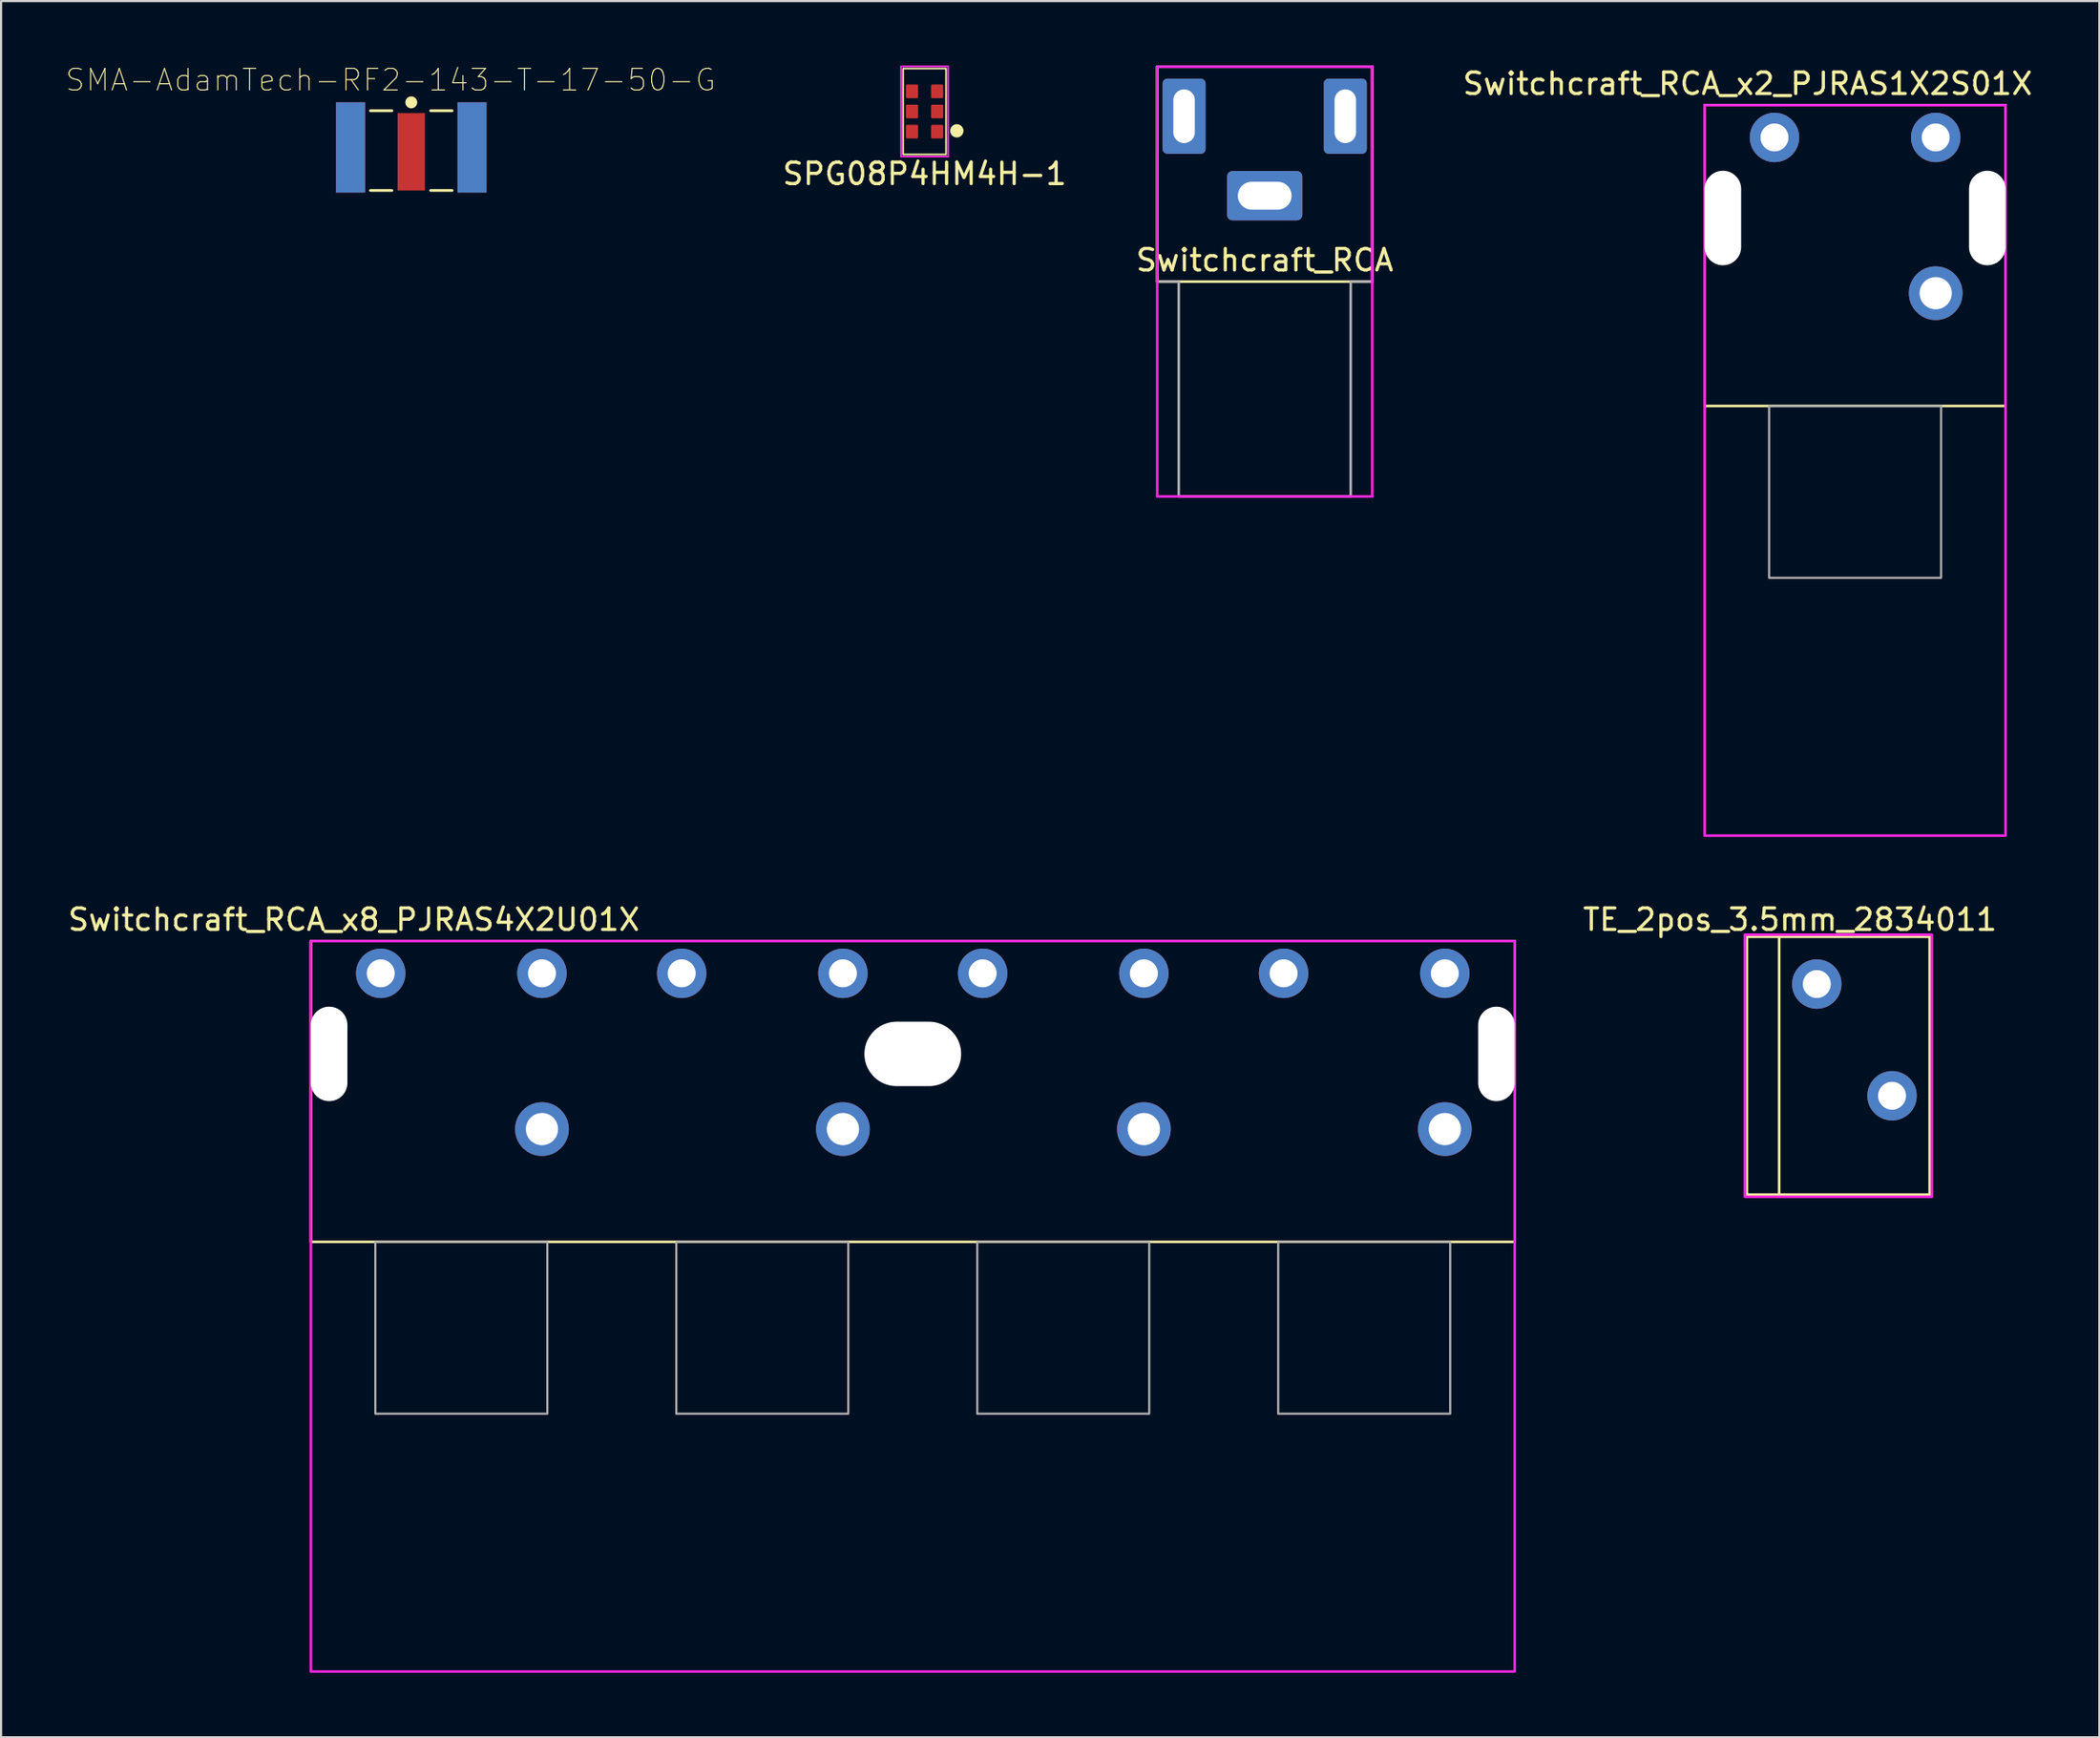
<source format=kicad_pcb>
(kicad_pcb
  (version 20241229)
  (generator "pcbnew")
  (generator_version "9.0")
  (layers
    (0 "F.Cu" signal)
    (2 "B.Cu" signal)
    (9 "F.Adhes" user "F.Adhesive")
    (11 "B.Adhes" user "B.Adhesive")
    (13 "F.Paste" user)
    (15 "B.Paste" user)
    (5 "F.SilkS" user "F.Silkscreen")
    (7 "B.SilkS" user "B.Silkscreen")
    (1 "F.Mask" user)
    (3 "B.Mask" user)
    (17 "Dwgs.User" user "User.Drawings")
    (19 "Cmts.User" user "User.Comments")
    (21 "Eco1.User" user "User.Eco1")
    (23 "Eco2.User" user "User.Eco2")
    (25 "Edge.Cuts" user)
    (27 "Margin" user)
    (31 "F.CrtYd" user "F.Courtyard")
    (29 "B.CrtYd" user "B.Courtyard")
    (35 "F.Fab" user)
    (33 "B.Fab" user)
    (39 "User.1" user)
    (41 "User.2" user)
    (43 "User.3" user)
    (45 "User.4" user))
  (footprint "SMA-AdamTech-RF2-143-T-17-50-G"
    (layer "F.Cu")
    (at 16.082 4.015)
    (property "Reference" "SMA-AdamTech-RF2-143-T-17-50-G" (at -0.962 -3.341 0) (layer "F.SilkS") (effects (font (size 1.002 1.002) (thickness 0.05))))
    (attr smd)
    (fp_line (start -1.9 -1.91) (end -0.9 -1.91) (stroke (width 0.127) (type solid)) (layer "F.SilkS"))
    (fp_line (start -1.9 1.8) (end -0.9 1.8) (stroke (width 0.127) (type solid)) (layer "F.SilkS"))
    (fp_line (start 0.9 -1.91) (end 1.9 -1.91) (stroke (width 0.127) (type solid)) (layer "F.SilkS"))
    (fp_line (start 0.9 1.8) (end 1.9 1.8) (stroke (width 0.127) (type solid)) (layer "F.SilkS"))
    (fp_circle (center 0 -2.3) (end 0.14 -2.3) (stroke (width 0.28) (type solid)) (fill no) (layer "F.SilkS"))
    (fp_line (start -3.75 -2.55) (end 3.75 -2.55) (stroke (width 0.05) (type solid)) (layer "Eco1.User"))
    (fp_line (start -3.75 2.15) (end -3.75 -2.55) (stroke (width 0.05) (type solid)) (layer "Eco1.User"))
    (fp_line (start -3.425 2.15) (end -3.75 2.15) (stroke (width 0.05) (type solid)) (layer "Eco1.User"))
    (fp_line (start -3.425 11.67) (end -3.425 2.15) (stroke (width 0.05) (type solid)) (layer "Eco1.User"))
    (fp_line (start 3.425 2.15) (end 3.425 11.67) (stroke (width 0.05) (type solid)) (layer "Eco1.User"))
    (fp_line (start 3.425 11.67) (end -3.425 11.67) (stroke (width 0.05) (type solid)) (layer "Eco1.User"))
    (fp_line (start 3.75 -2.55) (end 3.75 2.15) (stroke (width 0.05) (type solid)) (layer "Eco1.User"))
    (fp_line (start 3.75 2.15) (end 3.425 2.15) (stroke (width 0.05) (type solid)) (layer "Eco1.User"))
    (fp_line (start -5 1.9) (end -3.175 1.9) (stroke (width 0.127) (type solid)) (layer "Eco2.User"))
    (fp_line (start -3.175 -1.91) (end 3.175 -1.91) (stroke (width 0.127) (type solid)) (layer "Eco2.User"))
    (fp_line (start -3.175 1.9) (end -3.175 -1.91) (stroke (width 0.127) (type solid)) (layer "Eco2.User"))
    (fp_line (start -3.175 1.9) (end 3.175 1.9) (stroke (width 0.127) (type solid)) (layer "Eco2.User"))
    (fp_line (start -3.165 11.42) (end -3.175 1.9) (stroke (width 0.127) (type solid)) (layer "Eco2.User"))
    (fp_line (start 3.165 11.42) (end -3.165 11.42) (stroke (width 0.127) (type solid)) (layer "Eco2.User"))
    (fp_line (start 3.175 -1.91) (end 3.175 1.9) (stroke (width 0.127) (type solid)) (layer "Eco2.User"))
    (fp_line (start 3.175 1.9) (end 3.165 11.42) (stroke (width 0.127) (type solid)) (layer "Eco2.User"))
    (fp_line (start 3.175 1.9) (end 5 1.9) (stroke (width 0.127) (type solid)) (layer "Eco2.User"))
    (pad "1" smd rect (at 0 0) (size 1.27 3.6) (layers "F.Cu" "F.Mask" "F.Paste"))
    (pad "2" smd rect (at -2.825 -0.2) (size 1.35 4.2) (layers "F.Cu" "F.Mask" "F.Paste"))
    (pad "2" smd rect (at -2.825 -0.2) (size 1.35 4.2) (layers "B.Cu" "B.Mask" "B.Paste"))
    (pad "2" smd rect (at 2.825 -0.2) (size 1.35 4.2) (layers "F.Cu" "F.Mask" "F.Paste"))
    (pad "2" smd rect (at 2.825 -0.2) (size 1.35 4.2) (layers "B.Cu" "B.Mask" "B.Paste")))
  (footprint "Switchcraft_RCA_x2_PJRAS1X2S01X"
    (layer "F.Cu")
    (at 83.246 15.848)
    (property "Reference" "Switchcraft_RCA_x2_PJRAS1X2S01X" (at -5 -15 0) (layer "F.SilkS") (effects (font (size 1 1) (thickness 0.15))))
    (attr through_hole)
    (fp_rect (start -7 -14) (end 7 0) (stroke (width 0.12) (type solid)) (fill no) (layer "F.SilkS"))
    (fp_rect (start -7 -14) (end 7 20) (stroke (width 0.12) (type solid)) (fill no) (layer "F.CrtYd"))
    (fp_rect (start -4 0) (end 4 8) (stroke (width 0.1) (type solid)) (fill no) (layer "F.Fab"))
    (pad "" np_thru_hole oval (at -6.15 -8.75) (size 1.7 4.4) (drill oval 1.7 4.4) (layers "*.Cu" "*.Mask"))
    (pad "" np_thru_hole oval (at 6.15 -8.75) (size 1.7 4.4) (drill oval 1.7 4.4) (layers "*.Cu" "*.Mask"))
    (pad "1" thru_hole circle (at -3.75 -12.5) (size 2.3 2.3) (drill 1.3) (layers "*.Cu" "*.Mask"))
    (pad "2" thru_hole circle (at 3.75 -12.5) (size 2.3 2.3) (drill 1.3) (layers "*.Cu" "*.Mask"))
    (pad "3" thru_hole circle (at 3.75 -5.25) (size 2.5 2.5) (drill 1.5) (layers "*.Cu" "*.Mask")))
  (footprint "TE_2pos_3.5mm_2834011"
    (layer "F.Cu")
    (at 83.215 52.556)
    (property "Reference" "TE_2pos_3.5mm_2834011" (at -3 -12.8 0) (unlocked yes) (layer "F.SilkS") (effects (font (size 1 1) (thickness 0.15))))
    (attr through_hole)
    (fp_line (start -3.5 -12) (end -3.5 0) (stroke (width 0.12) (type solid)) (layer "F.SilkS"))
    (fp_rect (start -5 0) (end 3.5 -12) (stroke (width 0.12) (type solid)) (fill no) (layer "F.SilkS"))
    (fp_rect (start -5.1 -12.1) (end 3.6 0.1) (stroke (width 0.12) (type solid)) (fill no) (layer "F.CrtYd"))
    (pad "1" thru_hole circle (at -1.75 -9.8) (size 2.3 2.3) (drill 1.3) (layers "*.Cu" "*.Mask"))
    (pad "2" thru_hole circle (at 1.75 -4.6) (size 2.3 2.3) (drill 1.3) (layers "*.Cu" "*.Mask")))
  (footprint "SPG08P4HM4H-1"
    (layer "F.Cu")
    (at 39.96 2.14)
    (property "Reference" "SPG08P4HM4H-1" (at 0 2.9 0) (unlocked yes) (layer "F.SilkS") (effects (font (size 1 1) (thickness 0.15))))
    (attr smd)
    (fp_rect (start -1 2) (end 1 -2) (stroke (width 0.08) (type solid)) (fill no) (layer "F.SilkS"))
    (fp_circle (center 1.5 0.9) (end 1.75 0.9) (stroke (width 0.12) (type solid)) (fill yes) (layer "F.SilkS"))
    (fp_rect (start -1.1 2.1) (end 1.1 -2.1) (stroke (width 0.08) (type solid)) (fill no) (layer "F.CrtYd"))
    (pad "1" smd roundrect (at 0.585 0.938) (size 0.57 0.638) (layers "F.Cu" "F.Mask" "F.Paste") (roundrect_rratio 0.1))
    (pad "2" smd roundrect (at 0.585 0) (size 0.57 0.638) (layers "F.Cu" "F.Mask" "F.Paste") (roundrect_rratio 0.1))
    (pad "3" smd roundrect (at 0.585 -0.938) (size 0.57 0.638) (layers "F.Cu" "F.Mask" "F.Paste") (roundrect_rratio 0.1))
    (pad "4" smd roundrect (at -0.585 -0.938) (size 0.57 0.638) (layers "F.Cu" "F.Mask" "F.Paste") (roundrect_rratio 0.1))
    (pad "5" smd roundrect (at -0.585 0) (size 0.57 0.638) (layers "F.Cu" "F.Mask" "F.Paste") (roundrect_rratio 0.1))
    (pad "6" smd roundrect (at -0.585 0.938) (size 0.57 0.638) (layers "F.Cu" "F.Mask" "F.Paste") (roundrect_rratio 0.1)))
  (footprint "Switchcraft_RCA_x8_PJRAS4X2U01X"
    (layer "F.Cu")
    (at 39.411 54.757)
    (property "Reference" "Switchcraft_RCA_x8_PJRAS4X2U01X" (at -26 -15 0) (layer "F.SilkS") (effects (font (size 1 1) (thickness 0.15))))
    (attr through_hole)
    (fp_rect (start -28 -14) (end 28 0) (stroke (width 0.12) (type solid)) (fill no) (layer "F.SilkS"))
    (fp_rect (start -28 -14) (end 28 20) (stroke (width 0.12) (type solid)) (fill no) (layer "F.CrtYd"))
    (fp_rect (start -25 0) (end -17 8) (stroke (width 0.1) (type solid)) (fill no) (layer "F.Fab"))
    (fp_rect (start -11 0) (end -3 8) (stroke (width 0.1) (type solid)) (fill no) (layer "F.Fab"))
    (fp_rect (start 3 0) (end 11 8) (stroke (width 0.1) (type solid)) (fill no) (layer "F.Fab"))
    (fp_rect (start 17 0) (end 25 8) (stroke (width 0.1) (type solid)) (fill no) (layer "F.Fab"))
    (pad "" np_thru_hole oval (at -27.15 -8.75) (size 1.7 4.4) (drill oval 1.7 4.4) (layers "*.Cu" "*.Mask"))
    (pad "" np_thru_hole oval (at 0 -8.75) (size 4.5 3) (drill oval 4.5 3) (layers "*.Cu" "*.Mask"))
    (pad "" np_thru_hole oval (at 27.15 -8.75) (size 1.7 4.4) (drill oval 1.7 4.4) (layers "*.Cu" "*.Mask"))
    (pad "1" thru_hole circle (at -24.75 -12.5) (size 2.3 2.3) (drill 1.3) (layers "*.Cu" "*.Mask"))
    (pad "2" thru_hole circle (at -17.25 -12.5) (size 2.3 2.3) (drill 1.3) (layers "*.Cu" "*.Mask"))
    (pad "3" thru_hole circle (at -10.75 -12.5) (size 2.3 2.3) (drill 1.3) (layers "*.Cu" "*.Mask"))
    (pad "4" thru_hole circle (at -3.25 -12.5) (size 2.3 2.3) (drill 1.3) (layers "*.Cu" "*.Mask"))
    (pad "5" thru_hole circle (at 3.25 -12.5) (size 2.3 2.3) (drill 1.3) (layers "*.Cu" "*.Mask"))
    (pad "6" thru_hole circle (at 10.75 -12.5) (size 2.3 2.3) (drill 1.3) (layers "*.Cu" "*.Mask"))
    (pad "7" thru_hole circle (at 17.25 -12.5) (size 2.3 2.3) (drill 1.3) (layers "*.Cu" "*.Mask"))
    (pad "8" thru_hole circle (at 24.75 -12.5) (size 2.3 2.3) (drill 1.3) (layers "*.Cu" "*.Mask"))
    (pad "9" thru_hole circle (at -17.25 -5.25) (size 2.5 2.5) (drill 1.5) (layers "*.Cu" "*.Mask"))
    (pad "9" thru_hole circle (at -3.25 -5.25) (size 2.5 2.5) (drill 1.5) (layers "*.Cu" "*.Mask"))
    (pad "9" thru_hole circle (at 10.75 -5.25) (size 2.5 2.5) (drill 1.5) (layers "*.Cu" "*.Mask"))
    (pad "9" thru_hole circle (at 24.75 -5.25) (size 2.5 2.5) (drill 1.5) (layers "*.Cu" "*.Mask")))
  (footprint "Switchcraft_RCA"
    (layer "F.Cu")
    (at 55.782 10.06)
    (property "Reference" "Switchcraft_RCA" (at 0 -1 0) (layer "F.SilkS") (effects (font (size 1 1) (thickness 0.15))))
    (attr through_hole)
    (fp_line (start -5 -10) (end 5 -10) (stroke (width 0.12) (type solid)) (layer "F.SilkS"))
    (fp_line (start -5 0) (end -5 -10) (stroke (width 0.12) (type solid)) (layer "F.SilkS"))
    (fp_line (start 5 -10) (end 5 0) (stroke (width 0.12) (type solid)) (layer "F.SilkS"))
    (fp_line (start 5 0) (end -5 0) (stroke (width 0.12) (type solid)) (layer "F.SilkS"))
    (fp_line (start -5 -10) (end 5 -10) (stroke (width 0.12) (type solid)) (layer "F.CrtYd"))
    (fp_line (start -5 10) (end -5 -10) (stroke (width 0.12) (type solid)) (layer "F.CrtYd"))
    (fp_line (start 5 -10) (end 5 0) (stroke (width 0.12) (type solid)) (layer "F.CrtYd"))
    (fp_line (start 5 0) (end 5 10) (stroke (width 0.12) (type solid)) (layer "F.CrtYd"))
    (fp_line (start 5 10) (end -5 10) (stroke (width 0.12) (type solid)) (layer "F.CrtYd"))
    (fp_line (start -5 -10) (end -5 0) (stroke (width 0.12) (type solid)) (layer "F.Fab"))
    (fp_line (start -5 0) (end -4 0) (stroke (width 0.12) (type solid)) (layer "F.Fab"))
    (fp_line (start -4 0) (end -4 10) (stroke (width 0.12) (type solid)) (layer "F.Fab"))
    (fp_line (start -4 10) (end 4 10) (stroke (width 0.12) (type solid)) (layer "F.Fab"))
    (fp_line (start 4 0) (end 5 0) (stroke (width 0.12) (type solid)) (layer "F.Fab"))
    (fp_line (start 4 10) (end 4 0) (stroke (width 0.12) (type solid)) (layer "F.Fab"))
    (fp_line (start 5 -10) (end -5 -10) (stroke (width 0.12) (type solid)) (layer "F.Fab"))
    (fp_line (start 5 0) (end 5 -10) (stroke (width 0.12) (type solid)) (layer "F.Fab"))
    (pad "1" thru_hole roundrect (at 0 -4) (size 3.5 2.3) (drill oval 2.5 1.3) (layers "*.Cu" "*.Mask") (roundrect_rratio 0.109))
    (pad "2" thru_hole roundrect (at -3.75 -7.7 90) (size 3.5 2) (drill oval 2.5 1) (layers "*.Cu" "*.Mask") (roundrect_rratio 0.109))
    (pad "3" thru_hole roundrect (at 3.75 -7.7 90) (size 3.5 2) (drill oval 2.5 1) (layers "*.Cu" "*.Mask") (roundrect_rratio 0.109)))
  (gr_rect
    (start -3 -3)
    (end 94.609 77.817)
    (stroke (width 0.1) (type default))
    (fill no)
    (layer "Edge.Cuts")))
</source>
